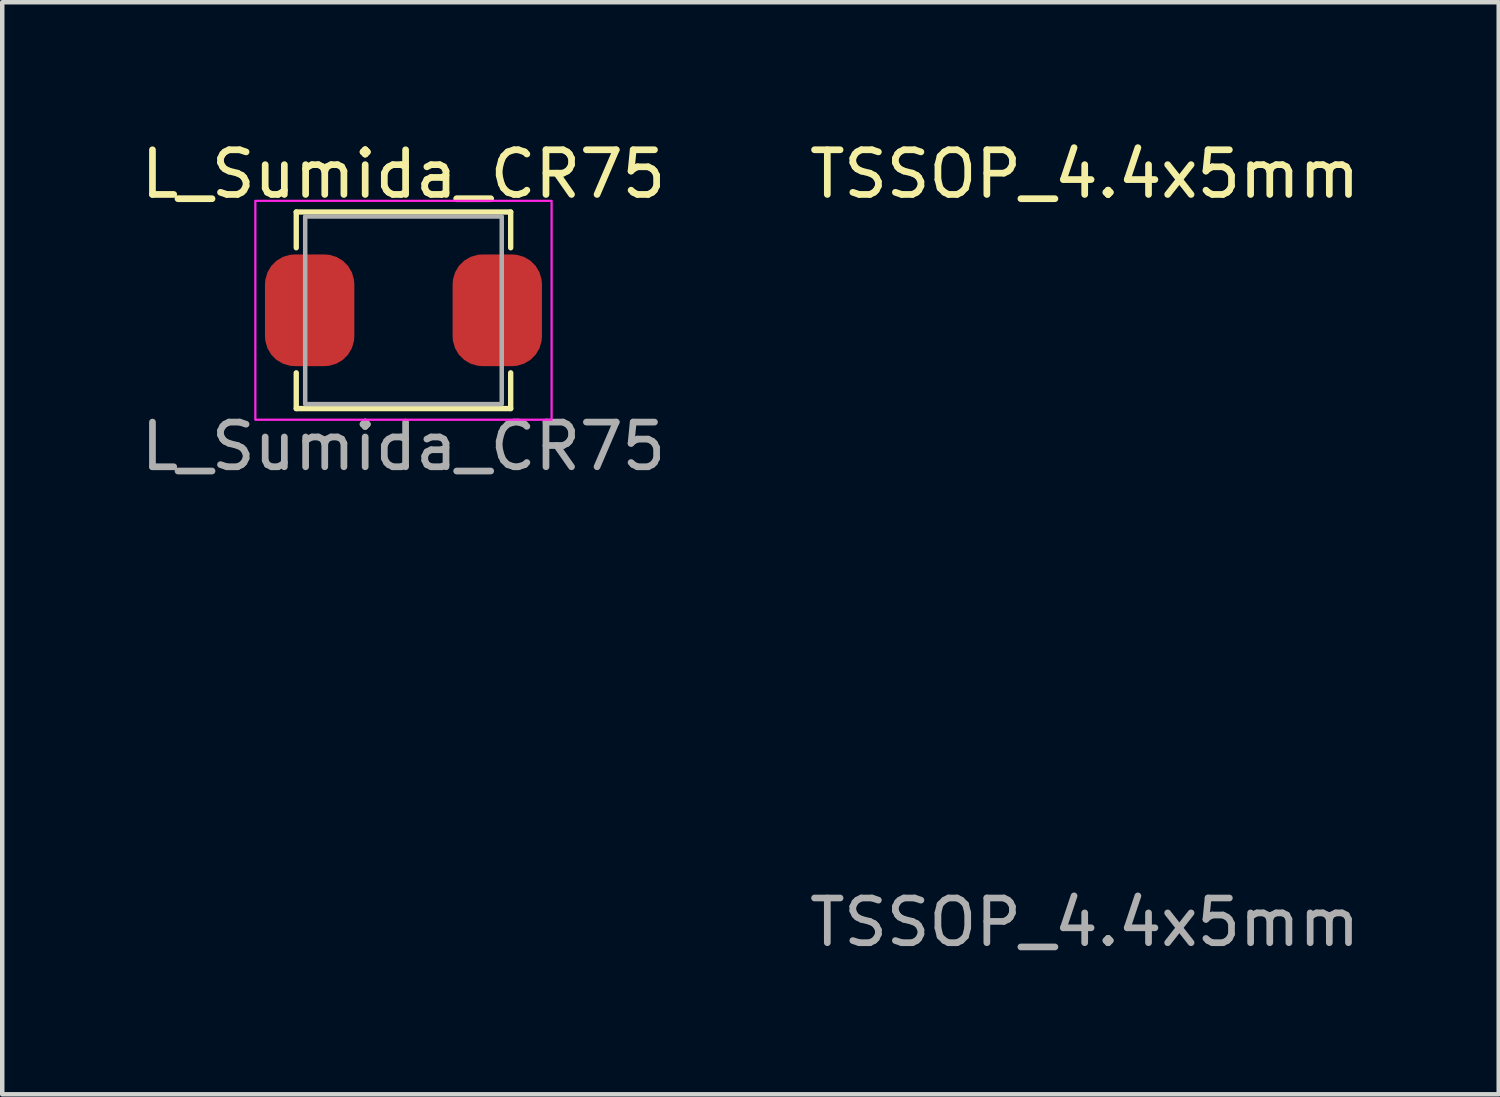
<source format=kicad_pcb>
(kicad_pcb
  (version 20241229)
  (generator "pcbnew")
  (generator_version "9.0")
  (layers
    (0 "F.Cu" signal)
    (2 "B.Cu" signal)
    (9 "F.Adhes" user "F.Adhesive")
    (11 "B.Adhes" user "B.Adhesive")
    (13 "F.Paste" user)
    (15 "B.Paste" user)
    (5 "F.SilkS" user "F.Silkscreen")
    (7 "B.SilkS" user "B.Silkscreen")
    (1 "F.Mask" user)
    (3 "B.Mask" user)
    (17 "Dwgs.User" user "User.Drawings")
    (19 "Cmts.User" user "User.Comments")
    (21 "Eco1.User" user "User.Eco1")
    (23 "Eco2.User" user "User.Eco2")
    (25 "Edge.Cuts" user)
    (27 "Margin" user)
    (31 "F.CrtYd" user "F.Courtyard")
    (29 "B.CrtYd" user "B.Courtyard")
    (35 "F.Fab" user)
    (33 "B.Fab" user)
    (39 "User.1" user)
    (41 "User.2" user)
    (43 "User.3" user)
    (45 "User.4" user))
  (footprint "TSSOP_4.4x5mm"
    (layer "F.Cu")
    (at 21.232 8.598)
    (property "Reference" "TSSOP_4.4x5mm" (at 0 -7.75 0) (unlocked yes) (layer "F.SilkS") (effects (font (size 1 1) (thickness 0.15))))
    (attr smd)
    (fp_text user "${REFERENCE}" (at 0 9 0) (unlocked yes) (layer "F.Fab") (effects (font (size 1 1) (thickness 0.15)))))
  (footprint "L_Sumida_CR75"
    (layer "F.Cu")
    (at 5.982 3.896)
    (property "Reference" "L_Sumida_CR75" (at 0 -3.048 180) (layer "F.SilkS") (effects (font (size 1 1) (thickness 0.15))))
    (attr smd)
    (fp_line (start -2.4 -2.2) (end 2.4 -2.2) (stroke (width 0.12) (type solid)) (layer "F.SilkS"))
    (fp_line (start -2.4 -1.4) (end -2.4 -2.2) (stroke (width 0.12) (type solid)) (layer "F.SilkS"))
    (fp_line (start -2.4 2.2) (end -2.4 1.4) (stroke (width 0.12) (type solid)) (layer "F.SilkS"))
    (fp_line (start 2.4 -2.2) (end 2.4 -1.4) (stroke (width 0.12) (type solid)) (layer "F.SilkS"))
    (fp_line (start 2.4 1.4) (end 2.4 2.2) (stroke (width 0.12) (type solid)) (layer "F.SilkS"))
    (fp_line (start 2.4 2.2) (end -2.4 2.2) (stroke (width 0.12) (type solid)) (layer "F.SilkS"))
    (fp_rect (start -3.316 -2.45) (end 3.316 2.45) (stroke (width 0.05) (type solid)) (fill no) (layer "F.CrtYd"))
    (fp_rect (start -2.2 -2.1) (end 2.2 2.1) (stroke (width 0.1) (type solid)) (fill no) (layer "F.Fab"))
    (fp_text user "${REFERENCE}" (at 0 3.048 0) (layer "F.Fab") (effects (font (size 1 1) (thickness 0.15))))
    (pad "1" smd roundrect (at -2.1 0) (size 2 2.5) (layers "F.Cu" "F.Mask" "F.Paste") (roundrect_rratio 0.333))
    (pad "2" smd roundrect (at 2.1 0) (size 2 2.5) (layers "F.Cu" "F.Mask" "F.Paste") (roundrect_rratio 0.333)))
  (gr_rect
    (start -3 -3)
    (end 30.5 21.447)
    (stroke (width 0.1) (type default))
    (fill no)
    (layer "Edge.Cuts")))
</source>
